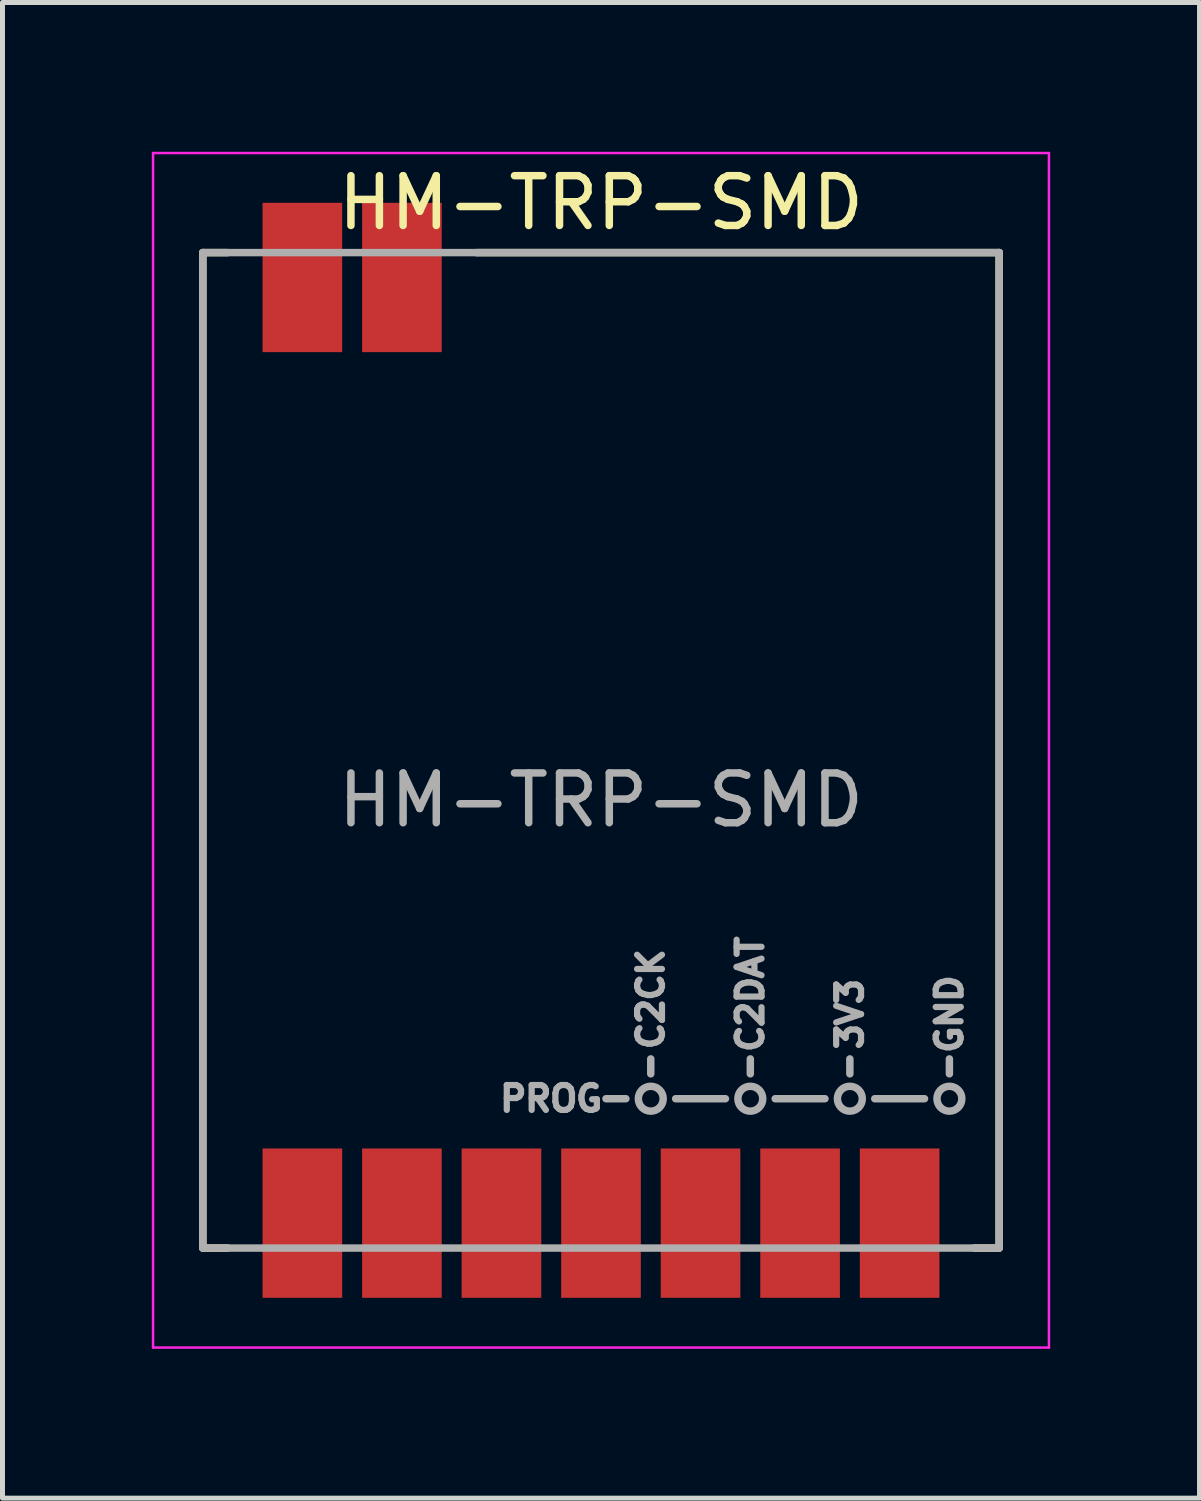
<source format=kicad_pcb>
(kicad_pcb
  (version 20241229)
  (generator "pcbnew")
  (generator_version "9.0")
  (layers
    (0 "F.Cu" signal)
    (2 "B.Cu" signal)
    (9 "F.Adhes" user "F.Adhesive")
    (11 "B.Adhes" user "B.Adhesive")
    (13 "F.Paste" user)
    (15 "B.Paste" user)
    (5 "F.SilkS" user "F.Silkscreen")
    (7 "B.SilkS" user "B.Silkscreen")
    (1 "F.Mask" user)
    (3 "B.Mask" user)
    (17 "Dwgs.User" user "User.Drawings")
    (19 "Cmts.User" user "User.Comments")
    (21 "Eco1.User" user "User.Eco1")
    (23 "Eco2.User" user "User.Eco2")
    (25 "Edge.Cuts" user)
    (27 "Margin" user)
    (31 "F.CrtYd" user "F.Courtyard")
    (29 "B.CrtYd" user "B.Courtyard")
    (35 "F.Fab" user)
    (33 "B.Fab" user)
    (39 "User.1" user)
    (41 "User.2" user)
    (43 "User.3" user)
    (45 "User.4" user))
  (footprint "HM-TRP-SMD"
    (layer "F.Cu")
    (at 9.025 12.025)
    (property "Reference" "HM-TRP-SMD" (at 0 -11 0) (layer "F.SilkS") (effects (font (size 1 1) (thickness 0.15))))
    (attr smd)
    (fp_line (start -8 -10) (end -7.5 -10) (stroke (width 0.15) (type solid)) (layer "F.SilkS"))
    (fp_line (start -8 10) (end -8 -10) (stroke (width 0.15) (type solid)) (layer "F.SilkS"))
    (fp_line (start -7.5 10) (end -8 10) (stroke (width 0.15) (type solid)) (layer "F.SilkS"))
    (fp_line (start -2.5 -10) (end 8 -10) (stroke (width 0.15) (type solid)) (layer "F.SilkS"))
    (fp_line (start 8 -10) (end 8 10) (stroke (width 0.15) (type solid)) (layer "F.SilkS"))
    (fp_line (start 8 10) (end 7.5 10) (stroke (width 0.15) (type solid)) (layer "F.SilkS"))
    (fp_line (start -9 -12) (end 9 -12) (stroke (width 0.05) (type solid)) (layer "F.CrtYd"))
    (fp_line (start -9 12) (end -9 -12) (stroke (width 0.05) (type solid)) (layer "F.CrtYd"))
    (fp_line (start 9 -12) (end 9 12) (stroke (width 0.05) (type solid)) (layer "F.CrtYd"))
    (fp_line (start 9 12) (end -9 12) (stroke (width 0.05) (type solid)) (layer "F.CrtYd"))
    (fp_line (start -8 -10) (end -8 10) (stroke (width 0.15) (type solid)) (layer "F.Fab"))
    (fp_line (start -8 10) (end 8 10) (stroke (width 0.15) (type solid)) (layer "F.Fab"))
    (fp_line (start 0.5 7) (end 0.1 7) (stroke (width 0.15) (type solid)) (layer "F.Fab"))
    (fp_line (start 1 6.5) (end 1 6.2) (stroke (width 0.15) (type solid)) (layer "F.Fab"))
    (fp_line (start 1.5 7) (end 2.5 7) (stroke (width 0.15) (type solid)) (layer "F.Fab"))
    (fp_line (start 3 6.5) (end 3 6.2) (stroke (width 0.15) (type solid)) (layer "F.Fab"))
    (fp_line (start 3.5 7) (end 4.5 7) (stroke (width 0.15) (type solid)) (layer "F.Fab"))
    (fp_line (start 5 6.5) (end 5 6.2) (stroke (width 0.15) (type solid)) (layer "F.Fab"))
    (fp_line (start 5.5 7) (end 6.5 7) (stroke (width 0.15) (type solid)) (layer "F.Fab"))
    (fp_line (start 7 6.5) (end 7 6.2) (stroke (width 0.15) (type solid)) (layer "F.Fab"))
    (fp_line (start 8 -10) (end -8 -10) (stroke (width 0.15) (type solid)) (layer "F.Fab"))
    (fp_line (start 8 10) (end 8 -10) (stroke (width 0.15) (type solid)) (layer "F.Fab"))
    (fp_circle (center 1 7) (end 1.25 7) (stroke (width 0.15) (type solid)) (fill no) (layer "F.Fab"))
    (fp_circle (center 3 7) (end 3.25 7) (stroke (width 0.15) (type solid)) (fill no) (layer "F.Fab"))
    (fp_circle (center 5 7) (end 5.25 7) (stroke (width 0.15) (type solid)) (fill no) (layer "F.Fab"))
    (fp_circle (center 7 7) (end 7.25 7) (stroke (width 0.15) (type solid)) (fill no) (layer "F.Fab"))
    (fp_text user "GND" (at 7 5.3 90) (layer "F.Fab") (effects (font (size 0.5 0.5) (thickness 0.125))))
    (fp_text user "${REFERENCE}" (at 0 1 0) (layer "F.Fab") (effects (font (size 1 1) (thickness 0.15))))
    (fp_text user "C2CK" (at 1 5 90) (layer "F.Fab") (effects (font (size 0.5 0.5) (thickness 0.125))))
    (fp_text user "C2DAT" (at 3 4.9 90) (layer "F.Fab") (effects (font (size 0.5 0.5) (thickness 0.125))))
    (fp_text user "PROG" (at -1 7 0) (layer "F.Fab") (effects (font (size 0.5 0.5) (thickness 0.125))))
    (fp_text user "3V3" (at 5 5.3 90) (layer "F.Fab") (effects (font (size 0.5 0.5) (thickness 0.125))))
    (pad "1" smd rect (at -6 9.5) (size 1.6 3) (layers "F.Cu" "F.Mask" "F.Paste"))
    (pad "2" smd rect (at -4 9.5) (size 1.6 3) (layers "F.Cu" "F.Mask" "F.Paste"))
    (pad "3" smd rect (at -2 9.5) (size 1.6 3) (layers "F.Cu" "F.Mask" "F.Paste"))
    (pad "4" smd rect (at 0 9.5) (size 1.6 3) (layers "F.Cu" "F.Mask" "F.Paste"))
    (pad "5" smd rect (at 2 9.5) (size 1.6 3) (layers "F.Cu" "F.Mask" "F.Paste"))
    (pad "6" smd rect (at 4 9.5) (size 1.6 3) (layers "F.Cu" "F.Mask" "F.Paste"))
    (pad "7" smd rect (at 6 9.5) (size 1.6 3) (layers "F.Cu" "F.Mask" "F.Paste"))
    (pad "8" smd rect (at -4 -9.5) (size 1.6 3) (layers "F.Cu" "F.Mask" "F.Paste"))
    (pad "9" smd rect (at -6 -9.5) (size 1.6 3) (layers "F.Cu" "F.Mask" "F.Paste")))
  (gr_rect
    (start -3 -3)
    (end 21.05 27.05)
    (stroke (width 0.1) (type default))
    (fill no)
    (layer "Edge.Cuts")))
</source>
